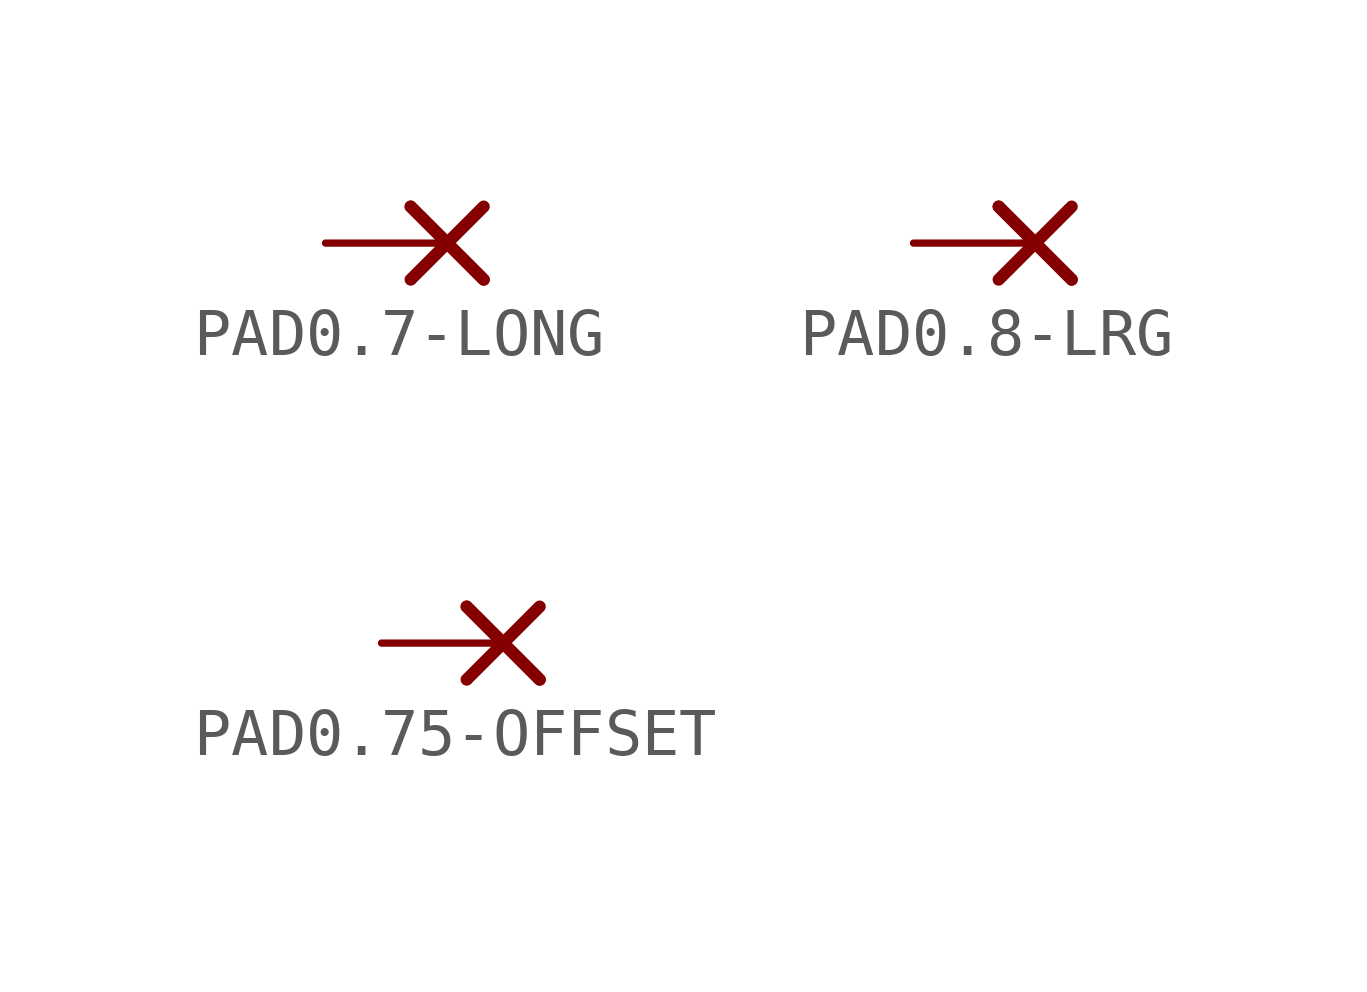
<source format=kicad_sym>
(kicad_symbol_lib
  (version 20201005)
  (generator kicad_symbol_editor)
  (symbol "PAD0.7-LONG"
    (property "Reference" "PAD"
      (at 0 0 0)
      (effects (font (size 1.27 1.27)) hide))
    (property "ki_locked" ""
      (at 0 0 0)
      (effects (font (size 1.27 1.27))))
    (symbol "PAD0.7-LONG_1_0"
      (polyline (pts (xy -0.762 0.762) (xy 0.762 -0.762)) (stroke (width 0.254)) (fill (type none)))
      (polyline (pts (xy -0.762 0.762) (xy 0.762 -0.762)) (stroke (width 0.254)) (fill (type none)))
      (polyline (pts (xy -0.762 -0.762) (xy 0.762 0.762)) (stroke (width 0.254)) (fill (type none)))
      (pin passive line (at -2.54 0 0) (length 2.54) (name "P$1" (effects (font (size 0 0)))) (number "P$1" (effects (font (size 0 0)))))))
  (symbol "PAD0.8-LRG"
    (property "Reference" "PAD"
      (at 0 0 0)
      (effects (font (size 1.27 1.27)) hide))
    (property "ki_locked" ""
      (at 0 0 0)
      (effects (font (size 1.27 1.27))))
    (symbol "PAD0.8-LRG_1_0"
      (polyline (pts (xy -0.762 0.762) (xy 0.762 -0.762)) (stroke (width 0.254)) (fill (type none)))
      (polyline (pts (xy -0.762 0.762) (xy 0.762 -0.762)) (stroke (width 0.254)) (fill (type none)))
      (polyline (pts (xy -0.762 -0.762) (xy 0.762 0.762)) (stroke (width 0.254)) (fill (type none)))
      (pin passive line (at -2.54 0 0) (length 2.54) (name "P$1" (effects (font (size 0 0)))) (number "P$1" (effects (font (size 0 0)))))))
  (symbol "PAD0.75-OFFSET"
    (property "Reference" "PAD"
      (at 0 0 0)
      (effects (font (size 1.27 1.27)) hide))
    (property "ki_locked" ""
      (at 0 0 0)
      (effects (font (size 1.27 1.27))))
    (symbol "PAD0.75-OFFSET_1_0"
      (polyline (pts (xy -0.762 0.762) (xy 0.762 -0.762)) (stroke (width 0.254)) (fill (type none)))
      (polyline (pts (xy -0.762 0.762) (xy 0.762 -0.762)) (stroke (width 0.254)) (fill (type none)))
      (polyline (pts (xy -0.762 -0.762) (xy 0.762 0.762)) (stroke (width 0.254)) (fill (type none)))
      (pin passive line (at -2.54 0 0) (length 2.54) (name "P$1" (effects (font (size 0 0)))) (number "P$1" (effects (font (size 0 0))))))))
</source>
